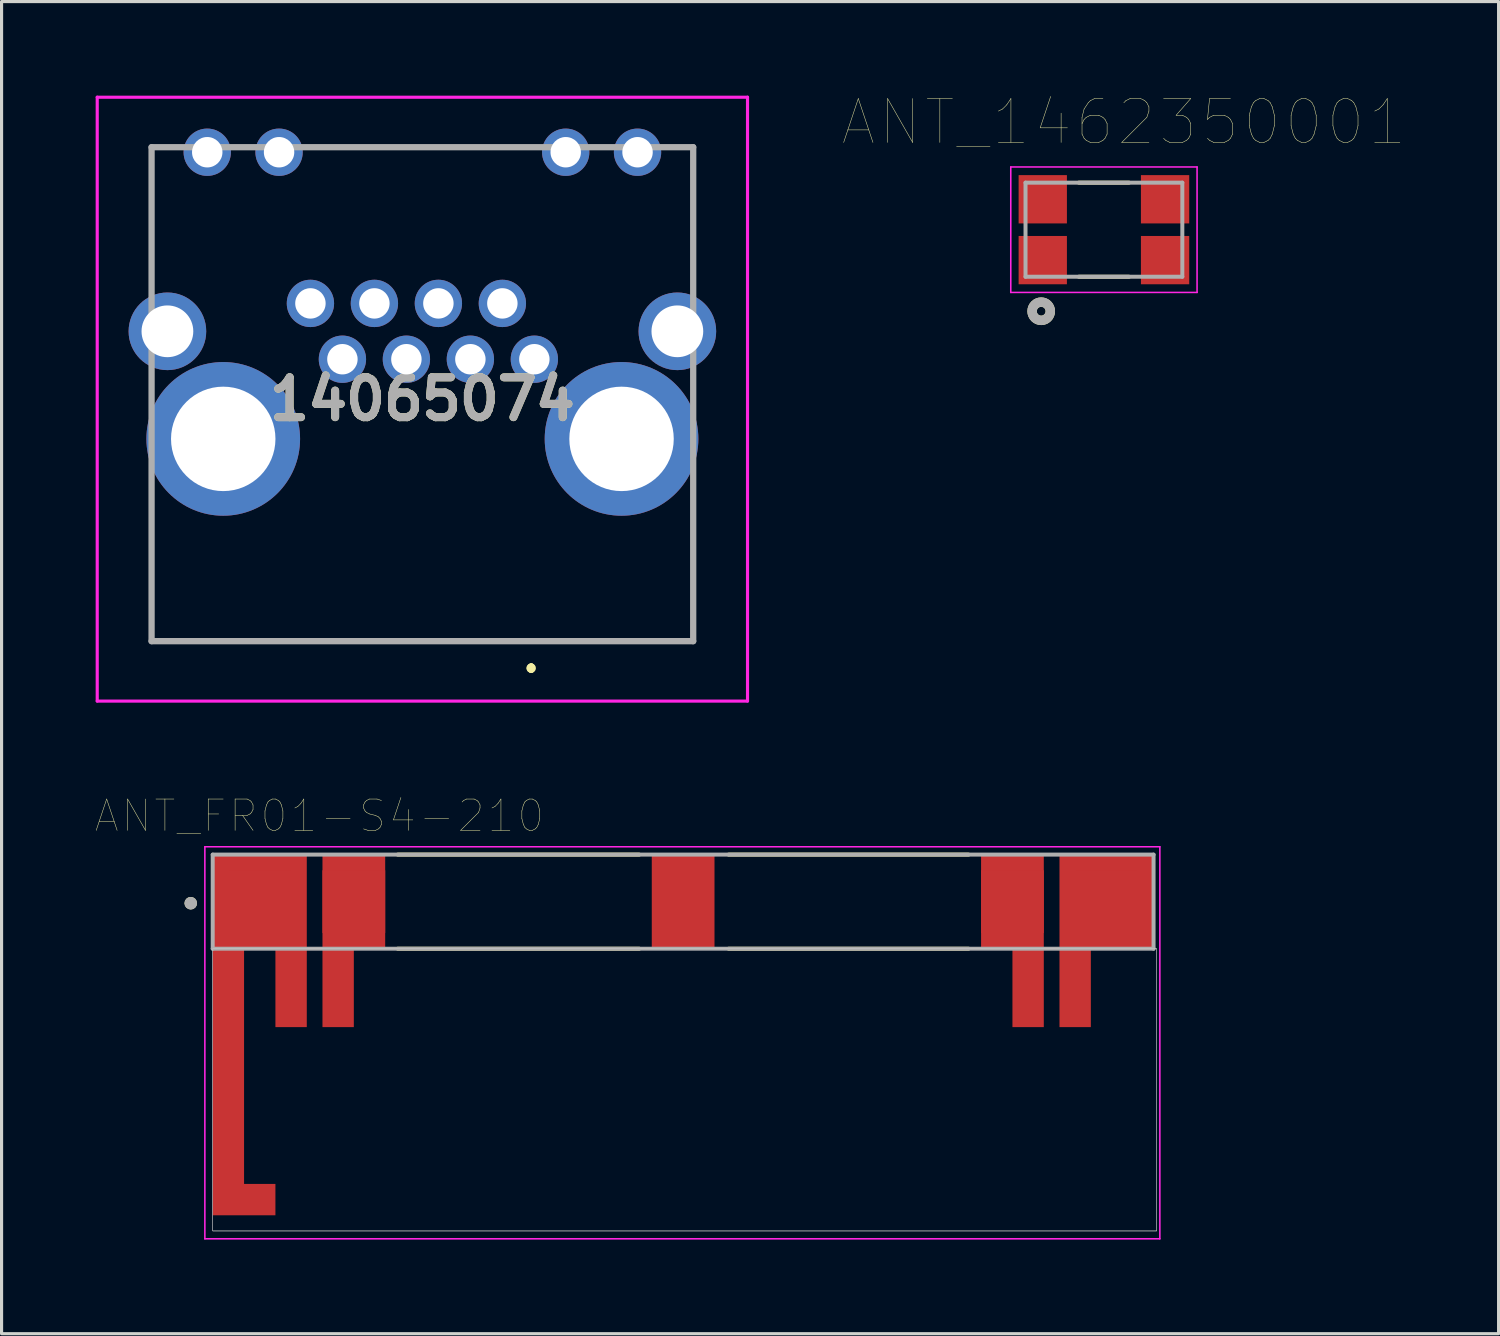
<source format=kicad_pcb>
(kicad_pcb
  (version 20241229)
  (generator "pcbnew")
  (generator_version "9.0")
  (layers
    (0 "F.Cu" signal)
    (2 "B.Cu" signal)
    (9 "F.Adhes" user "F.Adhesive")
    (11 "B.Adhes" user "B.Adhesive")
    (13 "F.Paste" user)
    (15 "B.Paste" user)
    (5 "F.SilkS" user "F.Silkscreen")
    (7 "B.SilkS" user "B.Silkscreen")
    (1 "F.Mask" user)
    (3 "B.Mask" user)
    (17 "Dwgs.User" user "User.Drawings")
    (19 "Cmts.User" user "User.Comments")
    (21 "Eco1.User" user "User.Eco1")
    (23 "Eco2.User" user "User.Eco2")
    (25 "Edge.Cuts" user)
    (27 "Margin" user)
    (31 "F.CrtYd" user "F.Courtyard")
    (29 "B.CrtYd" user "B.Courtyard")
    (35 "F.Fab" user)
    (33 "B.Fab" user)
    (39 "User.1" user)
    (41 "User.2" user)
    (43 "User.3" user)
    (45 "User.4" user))
  (footprint "ANT_1462350001"
    (layer "F.Cu")
    (at 32.149 4.274)
    (property "Reference" "ANT_1462350001" (at 0.635 -3.429 0) (layer "F.SilkS") (effects (font (size 1.4 1.4) (thickness 0.015))))
    (attr through_hole)
    (fp_line (start -0.8 -1.5) (end 0.8 -1.5) (stroke (width 0.127) (type solid)) (layer "F.SilkS"))
    (fp_line (start -0.8 1.5) (end 0.8 1.5) (stroke (width 0.127) (type solid)) (layer "F.SilkS"))
    (fp_circle (center -2 2.6) (end -1.859 2.6) (stroke (width 0.3) (type solid)) (fill no) (layer "F.SilkS"))
    (fp_line (start -2.97 -2) (end 2.97 -2) (stroke (width 0.05) (type solid)) (layer "F.CrtYd"))
    (fp_line (start -2.97 2) (end -2.97 -2) (stroke (width 0.05) (type solid)) (layer "F.CrtYd"))
    (fp_line (start 2.97 -2) (end 2.97 2) (stroke (width 0.05) (type solid)) (layer "F.CrtYd"))
    (fp_line (start 2.97 2) (end -2.97 2) (stroke (width 0.05) (type solid)) (layer "F.CrtYd"))
    (fp_line (start -2.5 -1.5) (end 2.5 -1.5) (stroke (width 0.127) (type solid)) (layer "F.Fab"))
    (fp_line (start -2.5 1.5) (end -2.5 -1.5) (stroke (width 0.127) (type solid)) (layer "F.Fab"))
    (fp_line (start 2.5 -1.5) (end 2.5 1.5) (stroke (width 0.127) (type solid)) (layer "F.Fab"))
    (fp_line (start 2.5 1.5) (end -2.5 1.5) (stroke (width 0.127) (type solid)) (layer "F.Fab"))
    (fp_circle (center -2 2.6) (end -1.859 2.6) (stroke (width 0.3) (type solid)) (fill no) (layer "F.Fab"))
    (pad "1" smd rect (at -1.95 0.97) (size 1.54 1.54) (layers "F.Cu" "F.Mask" "F.Paste"))
    (pad "2" smd rect (at 1.95 0.97) (size 1.54 1.54) (layers "F.Cu" "F.Mask" "F.Paste"))
    (pad "3" smd rect (at 1.95 -0.97) (size 1.54 1.54) (layers "F.Cu" "F.Mask" "F.Paste"))
    (pad "4" smd rect (at -1.95 -0.97) (size 1.54 1.54) (layers "F.Cu" "F.Mask" "F.Paste")))
  (footprint "ANT_FR01-S4-210"
    (layer "F.Cu")
    (at 18.732 25.7)
    (property "Reference" "ANT_FR01-S4-210" (at -11.595 -2.735 0) (layer "F.SilkS") (effects (font (size 1 1) (thickness 0.015))))
    (attr through_hole)
    (fp_poly (pts (xy -11.5 4) (xy -11.5 -1.5) (xy -9.5 -1.5) (xy -9.5 1.5) (xy -10.5 1.5) (xy -10.5 4)) (stroke (width 0.001) (type solid)) (fill yes) (layer "F.Cu"))
    (fp_poly (pts (xy 9.5 1.5) (xy 9.5 -1.5) (xy 11.5 -1.5) (xy 11.5 4) (xy 10.5 4) (xy 10.5 1.5)) (stroke (width 0.001) (type solid)) (fill yes) (layer "F.Cu"))
    (fp_poly (pts (xy 12 4) (xy 12 -1.5) (xy 15 -1.5) (xy 15 -0.5) (xy 15 1.5) (xy 13 1.5) (xy 13 4)) (stroke (width 0.001) (type solid)) (fill yes) (layer "F.Cu"))
    (fp_poly (pts (xy -15 -1.5) (xy -12 -1.5) (xy -12 4) (xy -13 4) (xy -13 1.5) (xy -14 1.5) (xy -14 9) (xy -13 9) (xy -13 10) (xy -15 10)) (stroke (width 0.001) (type solid)) (fill yes) (layer "F.Cu"))
    (fp_poly (pts (xy -12.9 8.9) (xy -15.1 8.9) (xy -15.1 10.1) (xy -12.9 10.1)) (stroke (width 0.001) (type solid)) (fill yes) (layer "F.Mask"))
    (fp_poly (pts (xy 10.4 1.6) (xy 9.4 1.6) (xy 9.4 -1.6) (xy 11.6 -1.6) (xy 11.6 1.6)) (stroke (width 0.001) (type solid)) (fill yes) (layer "F.Mask"))
    (fp_poly (pts (xy -13.1 1.6) (xy -13.1 4.1) (xy -11.9 4.1) (xy -11.9 -1.6) (xy -15.1 -1.6) (xy -15.1 1.6)) (stroke (width 0.001) (type solid)) (fill yes) (layer "F.Mask"))
    (fp_poly (pts (xy -11.6 4.1) (xy -11.6 -1.6) (xy -9.4 -1.6) (xy -9.4 1.6) (xy -10.4 1.6) (xy -10.4 4.1)) (stroke (width 0.001) (type solid)) (fill yes) (layer "F.Mask"))
    (fp_poly (pts (xy 11.9 1.6) (xy 11.9 -1.6) (xy 15.1 -1.6) (xy 15.1 -0.4) (xy 15.1 1.6) (xy 13.1 1.6)) (stroke (width 0.001) (type solid)) (fill yes) (layer "F.Mask"))
    (fp_line (start -9.1 -1.5) (end -1.4 -1.5) (stroke (width 0.127) (type solid)) (layer "F.SilkS"))
    (fp_line (start -9.1 1.5) (end -1.4 1.5) (stroke (width 0.127) (type solid)) (layer "F.SilkS"))
    (fp_line (start 1.45 -1.5) (end 9.1 -1.5) (stroke (width 0.127) (type solid)) (layer "F.SilkS"))
    (fp_line (start 1.45 1.5) (end 9.1 1.5) (stroke (width 0.127) (type solid)) (layer "F.SilkS"))
    (fp_circle (center -15.7 0.05) (end -15.6 0.05) (stroke (width 0.2) (type solid)) (fill no) (layer "F.SilkS"))
    (fp_poly (pts (xy -13 9) (xy -15 9) (xy -15 10) (xy -13 10)) (stroke (width 0.001) (type solid)) (fill yes) (layer "F.Paste"))
    (fp_poly (pts (xy 10.5 1.5) (xy 9.5 1.5) (xy 9.5 -1.5) (xy 11.5 -1.5) (xy 11.5 1.5)) (stroke (width 0.001) (type solid)) (fill yes) (layer "F.Paste"))
    (fp_poly (pts (xy -13 1.5) (xy -13 4) (xy -12 4) (xy -12 -1.5) (xy -15 -1.5) (xy -15 1.5)) (stroke (width 0.001) (type solid)) (fill yes) (layer "F.Paste"))
    (fp_poly (pts (xy -11.5 4) (xy -11.5 -1.5) (xy -9.5 -1.5) (xy -9.5 1.5) (xy -10.5 1.5) (xy -10.5 4)) (stroke (width 0.001) (type solid)) (fill yes) (layer "F.Paste"))
    (fp_poly (pts (xy 12 1.5) (xy 12 -1.5) (xy 15 -1.5) (xy 15 -0.5) (xy 15 1.5) (xy 13 1.5)) (stroke (width 0.001) (type solid)) (fill yes) (layer "F.Paste"))
    (fp_poly (pts (xy -15 1.5) (xy 15.1 1.5) (xy 15.1 10.5) (xy -15 10.5)) (stroke (width 0.01) (type solid)) (fill no) (layer "Dwgs.User"))
    (fp_poly (pts (xy -15 1.5) (xy 15.1 1.5) (xy 15.1 10.5) (xy -15 10.5)) (stroke (width 0.01) (type solid)) (fill no) (layer "Dwgs.User"))
    (fp_poly (pts (xy -15 1.5) (xy 15.1 1.5) (xy 15.1 10.5) (xy -15 10.5)) (stroke (width 0.01) (type solid)) (fill no) (layer "Dwgs.User"))
    (fp_line (start -15.25 -1.75) (end 15.2 -1.75) (stroke (width 0.05) (type solid)) (layer "F.CrtYd"))
    (fp_line (start -15.25 10.75) (end -15.25 -1.75) (stroke (width 0.05) (type solid)) (layer "F.CrtYd"))
    (fp_line (start 15.2 -1.75) (end 15.2 10.75) (stroke (width 0.05) (type solid)) (layer "F.CrtYd"))
    (fp_line (start 15.2 10.75) (end -15.25 10.75) (stroke (width 0.05) (type solid)) (layer "F.CrtYd"))
    (fp_line (start -15 -1.5) (end 15 -1.5) (stroke (width 0.127) (type solid)) (layer "F.Fab"))
    (fp_line (start -15 1.5) (end -15 -1.5) (stroke (width 0.127) (type solid)) (layer "F.Fab"))
    (fp_line (start 15 -1.5) (end 15 1.5) (stroke (width 0.127) (type solid)) (layer "F.Fab"))
    (fp_line (start 15 1.5) (end -15 1.5) (stroke (width 0.127) (type solid)) (layer "F.Fab"))
    (fp_circle (center -15.7 0.05) (end -15.6 0.05) (stroke (width 0.2) (type solid)) (fill no) (layer "F.Fab"))
    (pad "1" smd rect (at -13.5 0) (size 2 2) (layers "F.Cu"))
    (pad "2" smd rect (at -10.5 0) (size 2 2) (layers "F.Cu"))
    (pad "NC" smd rect (at 0 0) (size 2 3) (layers "F.Cu" "F.Mask" "F.Paste"))
    (pad "NC" smd rect (at 10.5 0) (size 2 2) (layers "F.Cu" "F.Mask" "F.Paste"))
    (pad "NC" smd rect (at 13.5 0) (size 2 2) (layers "F.Cu")))
  (footprint "14065074"
    (layer "F.Cu")
    (at 13.988 8.404)
    (property "Reference" "14065074" (at -3.57 1.273 0) (layer "F.SilkS") (effects (font (size 1.27 1.27) (thickness 0.254))))
    (attr through_hole)
    (fp_line (start -12.205 4.6) (end -12.2 8.99) (stroke (width 0.1) (type solid)) (layer "F.SilkS"))
    (fp_line (start -12.2 8.99) (end 5.065 9) (stroke (width 0.1) (type solid)) (layer "F.SilkS"))
    (fp_line (start -6.9 -6.76) (end -0.1 -6.76) (stroke (width 0.1) (type solid)) (layer "F.SilkS"))
    (fp_line (start -0.1 9.8) (end -0.1 9.8) (stroke (width 0.2) (type solid)) (layer "F.SilkS"))
    (fp_line (start -0.1 9.8) (end -0.1 9.8) (stroke (width 0.2) (type solid)) (layer "F.SilkS"))
    (fp_line (start -0.1 9.9) (end -0.1 9.9) (stroke (width 0.2) (type solid)) (layer "F.SilkS"))
    (fp_line (start 5.065 9) (end 5.065 4.6) (stroke (width 0.1) (type solid)) (layer "F.SilkS"))
    (fp_arc (start -0.1 9.8) (mid -0.05 9.85) (end -0.1 9.9) (stroke (width 0.2) (type solid)) (layer "F.SilkS"))
    (fp_arc (start -0.1 9.9) (mid -0.15 9.85) (end -0.1 9.8) (stroke (width 0.2) (type solid)) (layer "F.SilkS"))
    (fp_arc (start -0.1 9.9) (mid -0.15 9.85) (end -0.1 9.8) (stroke (width 0.2) (type solid)) (layer "F.SilkS"))
    (fp_line (start -13.938 -8.354) (end 6.797 -8.354) (stroke (width 0.1) (type solid)) (layer "F.CrtYd"))
    (fp_line (start -13.938 10.9) (end -13.938 -8.354) (stroke (width 0.1) (type solid)) (layer "F.CrtYd"))
    (fp_line (start 6.797 -8.354) (end 6.797 10.9) (stroke (width 0.1) (type solid)) (layer "F.CrtYd"))
    (fp_line (start 6.797 10.9) (end -13.938 10.9) (stroke (width 0.1) (type solid)) (layer "F.CrtYd"))
    (fp_line (start -12.205 -6.76) (end 5.065 -6.76) (stroke (width 0.2) (type solid)) (layer "F.Fab"))
    (fp_line (start -12.205 8.99) (end -12.205 -6.76) (stroke (width 0.2) (type solid)) (layer "F.Fab"))
    (fp_line (start 5.065 -6.76) (end 5.065 8.99) (stroke (width 0.2) (type solid)) (layer "F.Fab"))
    (fp_line (start 5.065 8.99) (end -12.205 8.99) (stroke (width 0.2) (type solid)) (layer "F.Fab"))
    (fp_text user "${REFERENCE}" (at -3.57 1.273 0) (layer "F.Fab") (effects (font (size 1.27 1.27) (thickness 0.254))))
    (pad "1" thru_hole circle (at 0 0) (size 1.509 1.509) (drill 0.97) (layers "*.Cu" "*.Mask"))
    (pad "2" thru_hole circle (at -1.02 -1.78) (size 1.509 1.509) (drill 0.97) (layers "*.Cu" "*.Mask"))
    (pad "3" thru_hole circle (at -2.04 0) (size 1.509 1.509) (drill 0.97) (layers "*.Cu" "*.Mask"))
    (pad "4" thru_hole circle (at -3.06 -1.78) (size 1.509 1.509) (drill 0.97) (layers "*.Cu" "*.Mask"))
    (pad "5" thru_hole circle (at -4.08 0) (size 1.509 1.509) (drill 0.97) (layers "*.Cu" "*.Mask"))
    (pad "6" thru_hole circle (at -5.1 -1.78) (size 1.509 1.509) (drill 0.97) (layers "*.Cu" "*.Mask"))
    (pad "7" thru_hole circle (at -6.12 0) (size 1.509 1.509) (drill 0.97) (layers "*.Cu" "*.Mask"))
    (pad "8" thru_hole circle (at -7.14 -1.78) (size 1.509 1.509) (drill 0.97) (layers "*.Cu" "*.Mask"))
    (pad "9" thru_hole circle (at 3.29 -6.6) (size 1.509 1.509) (drill 0.97) (layers "*.Cu" "*.Mask"))
    (pad "10" thru_hole circle (at 1 -6.6) (size 1.509 1.509) (drill 0.97) (layers "*.Cu" "*.Mask"))
    (pad "11" thru_hole circle (at -8.14 -6.6) (size 1.509 1.509) (drill 0.97) (layers "*.Cu" "*.Mask"))
    (pad "12" thru_hole circle (at -10.43 -6.6) (size 1.509 1.509) (drill 0.97) (layers "*.Cu" "*.Mask"))
    (pad "MH1" thru_hole circle (at 2.78 2.54) (size 4.9 4.9) (drill 3.33) (layers "*.Cu" "*.Mask"))
    (pad "MH2" thru_hole circle (at -9.92 2.54) (size 4.9 4.9) (drill 3.33) (layers "*.Cu" "*.Mask"))
    (pad "MH3" thru_hole circle (at 4.56 -0.89) (size 2.475 2.475) (drill 1.65) (layers "*.Cu" "*.Mask"))
    (pad "MH4" thru_hole circle (at -11.7 -0.89) (size 2.475 2.475) (drill 1.65) (layers "*.Cu" "*.Mask")))
  (gr_rect
    (start -3 -3)
    (end 44.733 39.475)
    (stroke (width 0.1) (type default))
    (fill no)
    (layer "Edge.Cuts")))
</source>
